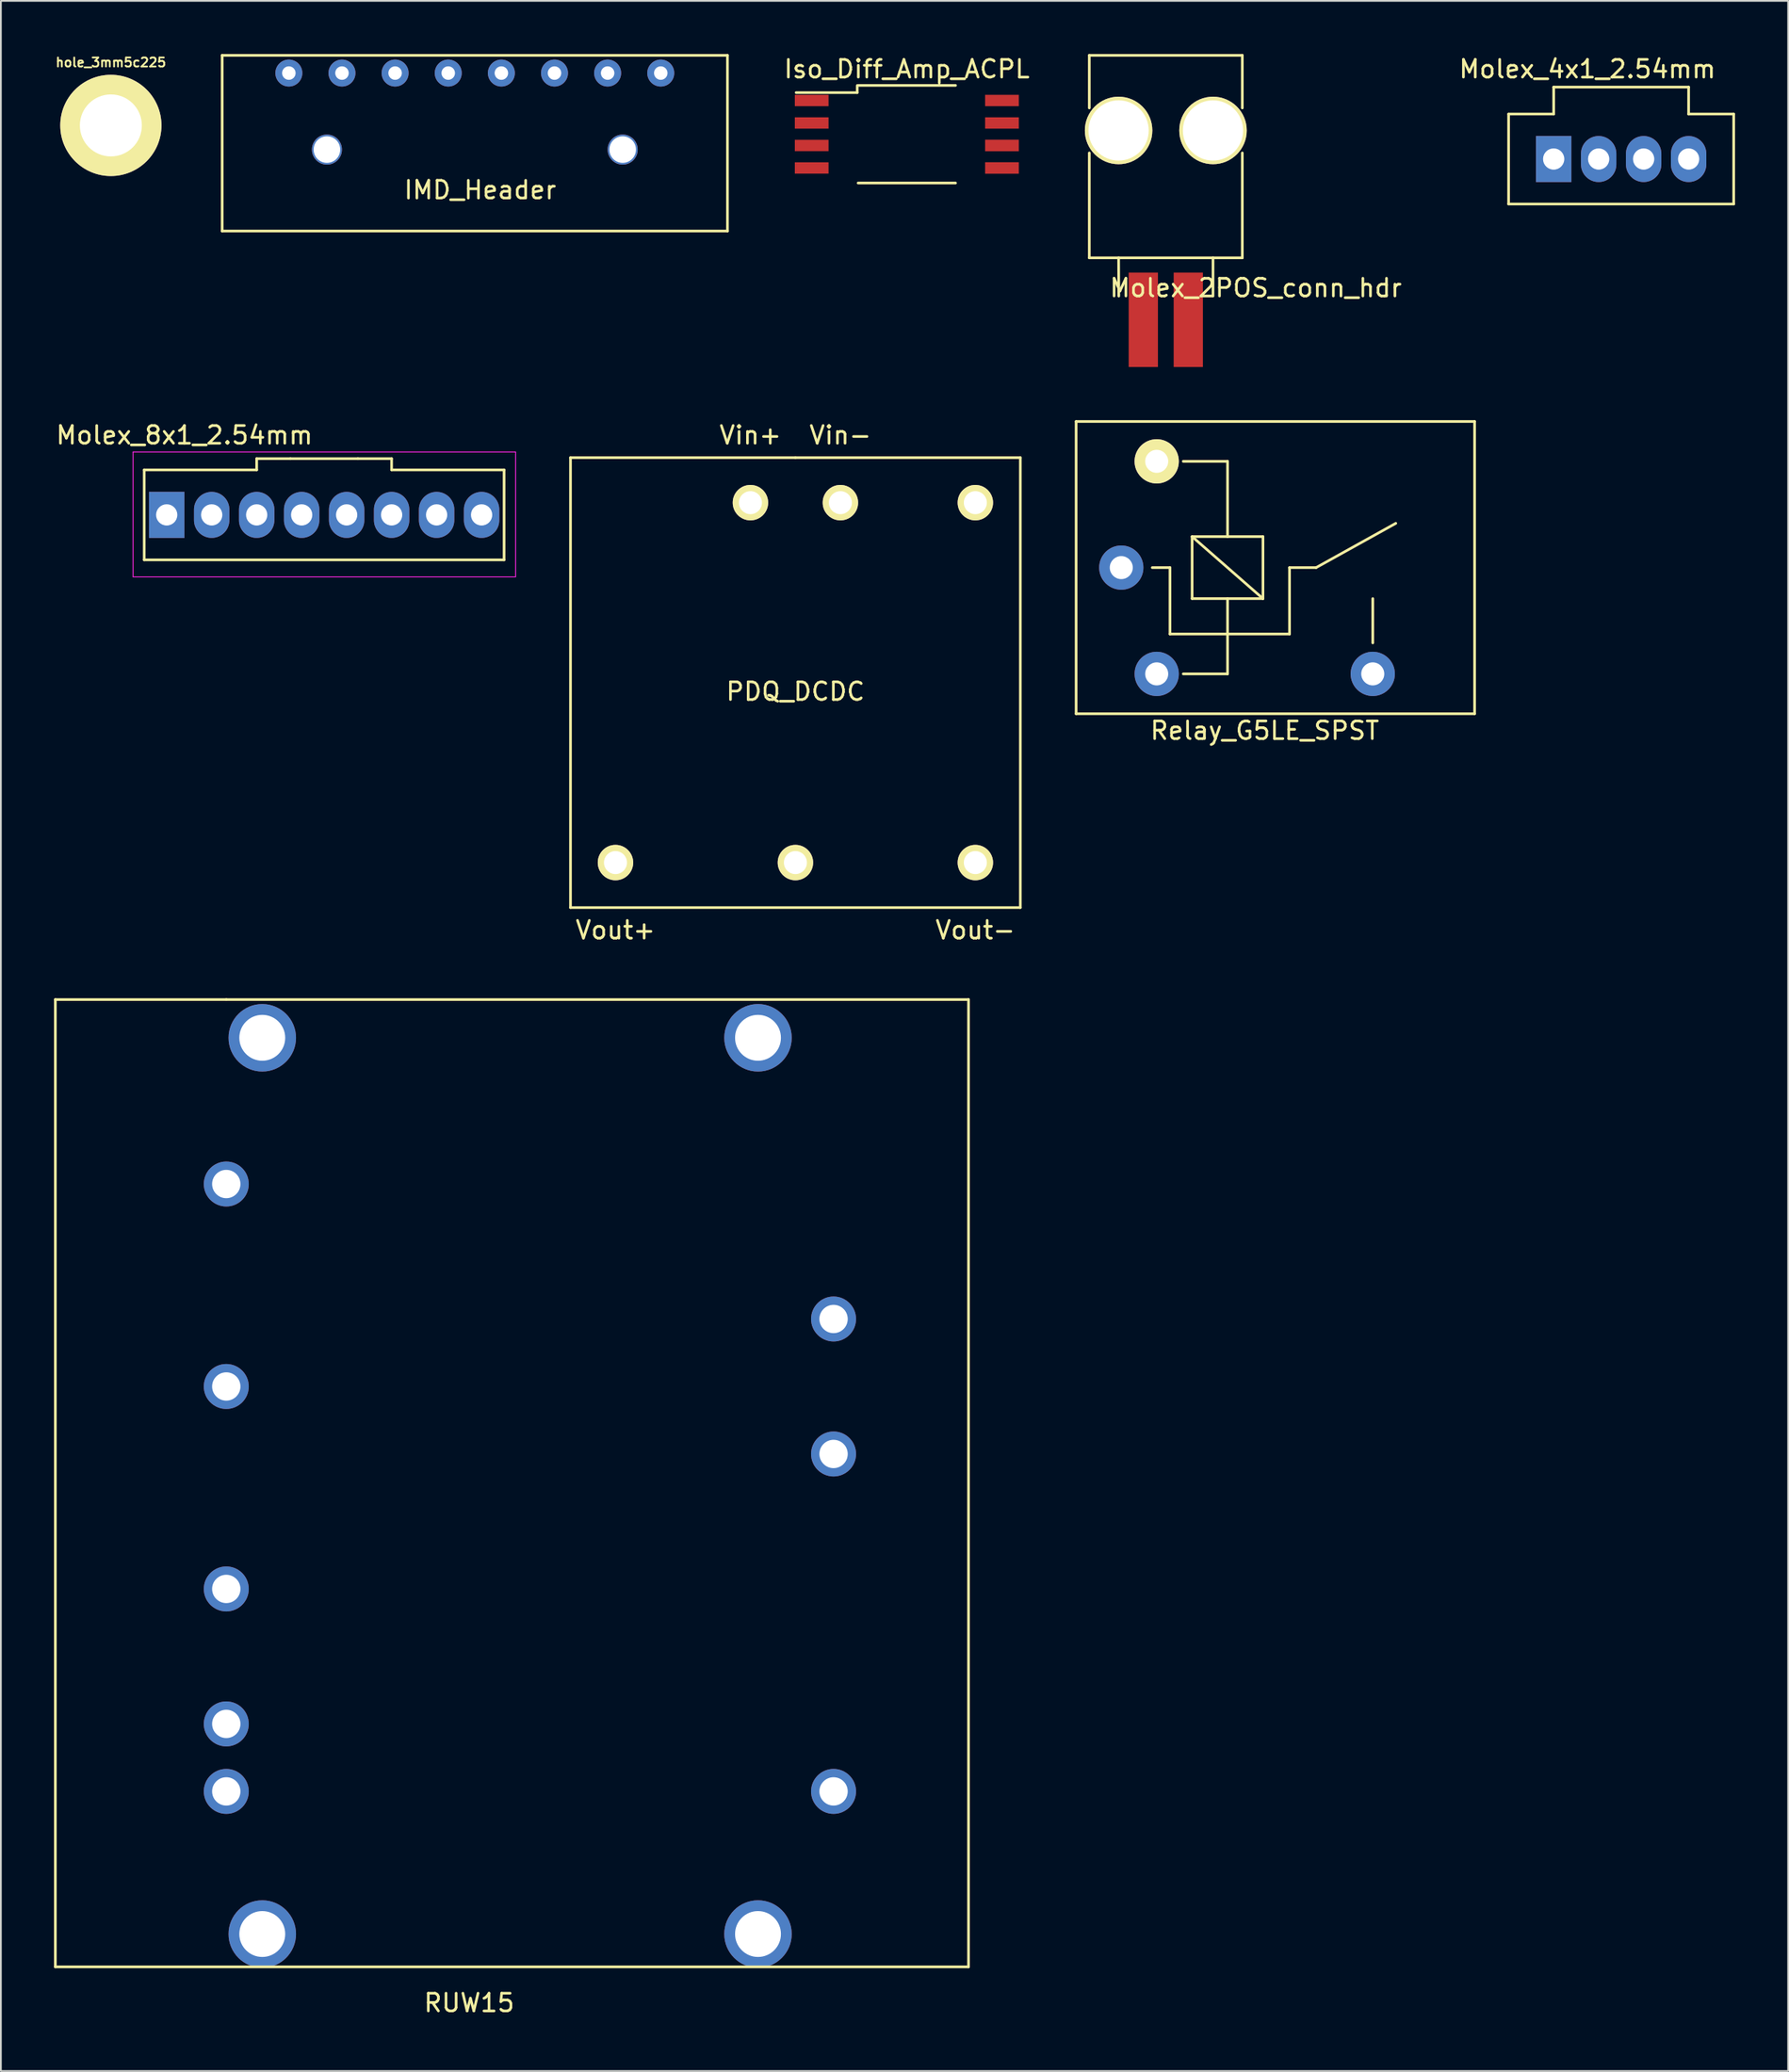
<source format=kicad_pcb>
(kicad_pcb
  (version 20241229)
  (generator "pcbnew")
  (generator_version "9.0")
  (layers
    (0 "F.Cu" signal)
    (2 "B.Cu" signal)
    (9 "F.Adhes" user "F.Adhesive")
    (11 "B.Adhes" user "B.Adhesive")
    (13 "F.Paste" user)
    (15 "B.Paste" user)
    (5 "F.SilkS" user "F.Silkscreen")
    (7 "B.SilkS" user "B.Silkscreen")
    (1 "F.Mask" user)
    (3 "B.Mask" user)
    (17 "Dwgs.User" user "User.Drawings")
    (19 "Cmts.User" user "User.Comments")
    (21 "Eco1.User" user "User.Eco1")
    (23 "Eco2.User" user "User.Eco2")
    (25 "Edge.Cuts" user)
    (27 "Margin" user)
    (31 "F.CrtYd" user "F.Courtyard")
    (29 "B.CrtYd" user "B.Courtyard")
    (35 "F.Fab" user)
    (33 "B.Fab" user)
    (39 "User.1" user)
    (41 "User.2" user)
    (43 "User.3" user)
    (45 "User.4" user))
  (footprint "IMD_Header"
    (layer "F.Cu")
    (at 13.26 1.075)
    (property "Reference" "IMD_Header" (at 10.8 6.6 0) (layer "F.SilkS") (effects (font (size 1 1) (thickness 0.15))))
    (attr through_hole)
    (fp_line (start -3.765 -1) (end -3.765 8.92) (stroke (width 0.15) (type solid)) (layer "F.SilkS"))
    (fp_line (start -3.765 -1) (end 24.765 -1) (stroke (width 0.15) (type solid)) (layer "F.SilkS"))
    (fp_line (start -3.765 8.92) (end 24.765 8.92) (stroke (width 0.15) (type solid)) (layer "F.SilkS"))
    (fp_line (start 24.765 -1) (end 24.765 8.92) (stroke (width 0.15) (type solid)) (layer "F.SilkS"))
    (pad "" thru_hole circle (at 2.15 4.32) (size 1.7 1.7) (drill 1.5) (layers "*.Cu" "*.Mask"))
    (pad "" thru_hole circle (at 18.85 4.32) (size 1.7 1.7) (drill 1.5) (layers "*.Cu" "*.Mask"))
    (pad "1" thru_hole circle (at 0 0) (size 1.524 1.524) (drill 0.762) (layers "*.Cu" "*.Mask"))
    (pad "2" thru_hole circle (at 3 0) (size 1.524 1.524) (drill 0.762) (layers "*.Cu" "*.Mask"))
    (pad "3" thru_hole circle (at 6 0) (size 1.524 1.524) (drill 0.762) (layers "*.Cu" "*.Mask"))
    (pad "4" thru_hole circle (at 9 0) (size 1.524 1.524) (drill 0.762) (layers "*.Cu" "*.Mask"))
    (pad "5" thru_hole circle (at 12 0) (size 1.524 1.524) (drill 0.762) (layers "*.Cu" "*.Mask"))
    (pad "6" thru_hole circle (at 15 0) (size 1.524 1.524) (drill 0.762) (layers "*.Cu" "*.Mask"))
    (pad "7" thru_hole circle (at 18 0) (size 1.524 1.524) (drill 0.762) (layers "*.Cu" "*.Mask"))
    (pad "8" thru_hole circle (at 21 0) (size 1.524 1.524) (drill 0.762) (layers "*.Cu" "*.Mask")))
  (footprint "Relay_G5LE_SPST"
    (layer "F.Cu")
    (at 60.263 28.995)
    (property "Reference" "Relay_G5LE_SPST" (at 8.1 9.2 0) (layer "F.SilkS") (effects (font (size 1 1) (thickness 0.15))))
    (attr through_hole)
    (fp_line (start -2.55 -8.25) (end -2.55 8.25) (stroke (width 0.15) (type solid)) (layer "F.SilkS"))
    (fp_line (start -2.55 -8.25) (end 19.95 -8.25) (stroke (width 0.15) (type solid)) (layer "F.SilkS"))
    (fp_line (start -2.55 8.25) (end 19.95 8.25) (stroke (width 0.15) (type solid)) (layer "F.SilkS"))
    (fp_line (start 2.75 0) (end 1.75 0) (stroke (width 0.15) (type solid)) (layer "F.SilkS"))
    (fp_line (start 2.75 0) (end 2.75 3.75) (stroke (width 0.15) (type solid)) (layer "F.SilkS"))
    (fp_line (start 3.5 6) (end 6 6) (stroke (width 0.15) (type solid)) (layer "F.SilkS"))
    (fp_line (start 4 -1.75) (end 8 -1.75) (stroke (width 0.15) (type solid)) (layer "F.SilkS"))
    (fp_line (start 4 1.75) (end 4 -1.75) (stroke (width 0.15) (type solid)) (layer "F.SilkS"))
    (fp_line (start 6 -6) (end 3.5 -6) (stroke (width 0.15) (type solid)) (layer "F.SilkS"))
    (fp_line (start 6 -6) (end 6 -1.75) (stroke (width 0.15) (type solid)) (layer "F.SilkS"))
    (fp_line (start 6 1.75) (end 6 6) (stroke (width 0.15) (type solid)) (layer "F.SilkS"))
    (fp_line (start 8 -1.75) (end 8 1.75) (stroke (width 0.15) (type solid)) (layer "F.SilkS"))
    (fp_line (start 8 1.75) (end 4 -1.75) (stroke (width 0.15) (type solid)) (layer "F.SilkS"))
    (fp_line (start 8 1.75) (end 4 1.75) (stroke (width 0.15) (type solid)) (layer "F.SilkS"))
    (fp_line (start 9.5 0) (end 9.5 3.75) (stroke (width 0.15) (type solid)) (layer "F.SilkS"))
    (fp_line (start 9.5 0) (end 11 0) (stroke (width 0.15) (type solid)) (layer "F.SilkS"))
    (fp_line (start 9.5 3.75) (end 2.75 3.75) (stroke (width 0.15) (type solid)) (layer "F.SilkS"))
    (fp_line (start 11 0) (end 15.5 -2.5) (stroke (width 0.15) (type solid)) (layer "F.SilkS"))
    (fp_line (start 14.2 4.25) (end 14.2 1.75) (stroke (width 0.15) (type solid)) (layer "F.SilkS"))
    (fp_line (start 19.95 8.25) (end 19.95 -8.25) (stroke (width 0.15) (type solid)) (layer "F.SilkS"))
    (pad "1" thru_hole circle (at 0 0 90) (size 2.5 2.5) (drill 1.3) (layers "*.Cu" "*.Mask"))
    (pad "2" thru_hole circle (at 2 6 90) (size 2.5 2.5) (drill 1.3) (layers "*.Cu" "*.Mask"))
    (pad "3" thru_hole circle (at 14.2 6 90) (size 2.5 2.5) (drill 1.3) (layers "*.Cu" "*.Mask"))
    (pad "5" thru_hole circle (at 2 -6 90) (size 2.5 2.5) (drill 1.3) (layers "*.Cu" "*.Mask" "F.SilkS")))
  (footprint "Iso_Diff_Amp_ACPL"
    (layer "F.Cu")
    (at 48.154 4.528)
    (property "Reference" "Iso_Diff_Amp_ACPL" (at 0 -3.68 0) (layer "F.SilkS") (effects (font (size 1 1) (thickness 0.15))))
    (attr smd)
    (fp_line (start -2.8 -2.75) (end -2.8 -2.35) (stroke (width 0.15) (type solid)) (layer "F.SilkS"))
    (fp_line (start -2.8 -2.35) (end -6.25 -2.35) (stroke (width 0.15) (type solid)) (layer "F.SilkS"))
    (fp_line (start -2.75 -2.755) (end 2.75 -2.755) (stroke (width 0.15) (type solid)) (layer "F.SilkS"))
    (fp_line (start -2.75 2.755) (end 2.75 2.755) (stroke (width 0.15) (type solid)) (layer "F.SilkS"))
    (pad "1" smd rect (at -5.372 -1.905) (size 1.905 0.64) (layers "F.Cu" "F.Mask" "F.Paste"))
    (pad "2" smd rect (at -5.372 -0.635) (size 1.905 0.64) (layers "F.Cu" "F.Mask" "F.Paste"))
    (pad "3" smd rect (at -5.372 0.635) (size 1.905 0.64) (layers "F.Cu" "F.Mask" "F.Paste"))
    (pad "4" smd rect (at -5.372 1.905) (size 1.905 0.64) (layers "F.Cu" "F.Mask" "F.Paste"))
    (pad "5" smd rect (at 5.372 1.905) (size 1.905 0.65) (layers "F.Cu" "F.Mask" "F.Paste"))
    (pad "6" smd rect (at 5.372 0.635) (size 1.905 0.65) (layers "F.Cu" "F.Mask" "F.Paste"))
    (pad "7" smd rect (at 5.372 -0.635) (size 1.905 0.64) (layers "F.Cu" "F.Mask" "F.Paste"))
    (pad "8" smd rect (at 5.372 -1.905) (size 1.905 0.64) (layers "F.Cu" "F.Mask" "F.Paste")))
  (footprint "Molex_8x1_2.54mm"
    (layer "F.Cu")
    (at 6.363 26.018)
    (property "Reference" "Molex_8x1_2.54mm" (at 1 -4.5 0) (layer "F.SilkS") (effects (font (size 1 1) (thickness 0.15))))
    (attr through_hole)
    (fp_line (start -1.27 -2.54) (end 5.08 -2.54) (stroke (width 0.15) (type solid)) (layer "F.SilkS"))
    (fp_line (start -1.27 2.54) (end -1.27 -2.54) (stroke (width 0.15) (type solid)) (layer "F.SilkS"))
    (fp_line (start 5.08 -3.175) (end 6.985 -3.175) (stroke (width 0.15) (type solid)) (layer "F.SilkS"))
    (fp_line (start 5.08 -2.54) (end 5.08 -3.175) (stroke (width 0.15) (type solid)) (layer "F.SilkS"))
    (fp_line (start 6.985 -3.175) (end 10.795 -3.175) (stroke (width 0.15) (type solid)) (layer "F.SilkS"))
    (fp_line (start 10.795 -3.175) (end 12.7 -3.175) (stroke (width 0.15) (type solid)) (layer "F.SilkS"))
    (fp_line (start 12.7 -3.175) (end 12.7 -2.54) (stroke (width 0.15) (type solid)) (layer "F.SilkS"))
    (fp_line (start 12.7 -2.54) (end 19.05 -2.54) (stroke (width 0.15) (type solid)) (layer "F.SilkS"))
    (fp_line (start 19.05 -2.54) (end 19.05 2.54) (stroke (width 0.15) (type solid)) (layer "F.SilkS"))
    (fp_line (start 19.05 2.54) (end -1.27 2.54) (stroke (width 0.15) (type solid)) (layer "F.SilkS"))
    (fp_line (start -1.9 -3.55) (end 19.7 -3.55) (stroke (width 0.05) (type solid)) (layer "F.CrtYd"))
    (fp_line (start -1.9 3.5) (end -1.9 -3.55) (stroke (width 0.05) (type solid)) (layer "F.CrtYd"))
    (fp_line (start 19.7 -3.55) (end 19.7 3.5) (stroke (width 0.05) (type solid)) (layer "F.CrtYd"))
    (fp_line (start 19.7 3.5) (end -1.9 3.5) (stroke (width 0.05) (type solid)) (layer "F.CrtYd"))
    (pad "1" thru_hole rect (at 0 0) (size 2 2.6) (drill 1.2) (layers "*.Cu" "*.Mask"))
    (pad "2" thru_hole oval (at 2.54 0) (size 2 2.6) (drill 1.2) (layers "*.Cu" "*.Mask"))
    (pad "3" thru_hole oval (at 5.08 0) (size 2 2.6) (drill 1.2) (layers "*.Cu" "*.Mask"))
    (pad "4" thru_hole oval (at 7.62 0) (size 2 2.6) (drill 1.2) (layers "*.Cu" "*.Mask"))
    (pad "5" thru_hole oval (at 10.16 0) (size 2 2.6) (drill 1.2) (layers "*.Cu" "*.Mask"))
    (pad "6" thru_hole oval (at 12.7 0) (size 2 2.6) (drill 1.2) (layers "*.Cu" "*.Mask"))
    (pad "7" thru_hole oval (at 15.24 0) (size 2 2.6) (drill 1.2) (layers "*.Cu" "*.Mask"))
    (pad "8" thru_hole oval (at 17.78 0) (size 2 2.6) (drill 1.2) (layers "*.Cu" "*.Mask")))
  (footprint "RUW15"
    (layer "F.Cu")
    (at 9.727 63.795)
    (property "Reference" "RUW15" (at 13.716 46.228 0) (layer "F.SilkS") (effects (font (size 1 1) (thickness 0.15))))
    (attr through_hole)
    (fp_line (start -9.652 -10.414) (end 0 -10.414) (stroke (width 0.15) (type solid)) (layer "F.SilkS"))
    (fp_line (start -9.652 44.196) (end -9.652 -10.414) (stroke (width 0.15) (type solid)) (layer "F.SilkS"))
    (fp_line (start 0 -10.414) (end 41.91 -10.414) (stroke (width 0.15) (type solid)) (layer "F.SilkS"))
    (fp_line (start 41.91 -10.414) (end 41.91 44.196) (stroke (width 0.15) (type solid)) (layer "F.SilkS"))
    (fp_line (start 41.91 44.196) (end -9.652 44.196) (stroke (width 0.15) (type solid)) (layer "F.SilkS"))
    (pad "" thru_hole circle (at 2.032 -8.255) (size 3.81 3.81) (drill 2.591) (layers "*.Cu" "*.Mask"))
    (pad "" thru_hole circle (at 2.032 42.342) (size 3.81 3.81) (drill 2.591) (layers "*.Cu" "*.Mask"))
    (pad "" thru_hole circle (at 30.023 -8.255) (size 3.81 3.81) (drill 2.591) (layers "*.Cu" "*.Mask"))
    (pad "" thru_hole circle (at 30.023 42.342) (size 3.81 3.81) (drill 2.591) (layers "*.Cu" "*.Mask"))
    (pad "1" thru_hole circle (at 0 0) (size 2.54 2.54) (drill 1.6) (layers "*.Cu" "*.Mask"))
    (pad "2" thru_hole circle (at 0 11.43) (size 2.54 2.54) (drill 1.6) (layers "*.Cu" "*.Mask"))
    (pad "3" thru_hole circle (at 0 22.86) (size 2.54 2.54) (drill 1.6) (layers "*.Cu" "*.Mask"))
    (pad "4" thru_hole circle (at 0 30.48) (size 2.54 2.54) (drill 1.6) (layers "*.Cu" "*.Mask"))
    (pad "5" thru_hole circle (at 0 34.29) (size 2.54 2.54) (drill 1.6) (layers "*.Cu" "*.Mask"))
    (pad "6" thru_hole circle (at 34.29 7.62) (size 2.54 2.54) (drill 1.6) (layers "*.Cu" "*.Mask"))
    (pad "7" thru_hole circle (at 34.29 15.24) (size 2.54 2.54) (drill 1.6) (layers "*.Cu" "*.Mask"))
    (pad "8" thru_hole circle (at 34.29 34.29) (size 2.54 2.54) (drill 1.6) (layers "*.Cu" "*.Mask")))
  (footprint "hole_3mm5c225"
    (layer "F.Cu")
    (at 3.21 4.031)
    (property "Reference" "hole_3mm5c225" (at 0 -3.556 0) (layer "F.SilkS") (effects (font (size 0.508 0.508) (thickness 0.102))))
    (attr through_hole)
    (fp_line (start -2.413 0) (end 2.413 0) (stroke (width 0.254) (type solid)) (layer "F.SilkS"))
    (fp_line (start 0 -2.413) (end 0 2.413) (stroke (width 0.254) (type solid)) (layer "F.SilkS"))
    (fp_circle (center 0 0) (end 2.032 0) (stroke (width 0.254) (type solid)) (fill no) (layer "F.SilkS"))
    (pad "1" thru_hole circle (at 0 0) (size 5.715 5.715) (drill 3.5) (layers "*.Cu" "F.SilkS")))
  (footprint "Molex_2POS_conn_hdr"
    (layer "F.Cu")
    (at 62.777 4.315)
    (property "Reference" "Molex_2POS_conn_hdr" (at 5.08 8.89 0) (layer "F.SilkS") (effects (font (size 1 1) (thickness 0.15))))
    (attr through_hole)
    (fp_line (start -4.32 -4.24) (end -4.32 -1.27) (stroke (width 0.15) (type solid)) (layer "F.SilkS"))
    (fp_line (start -4.32 -4.24) (end 4.32 -4.24) (stroke (width 0.15) (type solid)) (layer "F.SilkS"))
    (fp_line (start -4.32 1.27) (end -4.32 7.19) (stroke (width 0.15) (type solid)) (layer "F.SilkS"))
    (fp_line (start -4.32 7.19) (end 4.32 7.19) (stroke (width 0.15) (type solid)) (layer "F.SilkS"))
    (fp_line (start -2.665 7.19) (end -2.655 9.35) (stroke (width 0.15) (type solid)) (layer "F.SilkS"))
    (fp_line (start 2.665 7.19) (end 2.665 9.35) (stroke (width 0.15) (type solid)) (layer "F.SilkS"))
    (fp_line (start 4.32 -4.24) (end 4.32 -1.27) (stroke (width 0.15) (type solid)) (layer "F.SilkS"))
    (fp_line (start 4.32 1.27) (end 4.32 7.19) (stroke (width 0.15) (type solid)) (layer "F.SilkS"))
    (pad "" thru_hole circle (at -2.665 0) (size 3.81 3.81) (drill 3.4) (layers "*.Cu" "*.Mask" "F.SilkS"))
    (pad "" thru_hole circle (at 2.665 0) (size 3.81 3.81) (drill 3.4) (layers "*.Cu" "*.Mask" "F.SilkS"))
    (pad "1" connect rect (at -1.27 10.69) (size 1.65 5.33) (layers "F.Cu" "F.Mask"))
    (pad "2" connect rect (at 1.27 10.69) (size 1.65 5.33) (layers "F.Cu" "F.Mask")))
  (footprint "Molex_4x1_2.54mm"
    (layer "F.Cu")
    (at 88.488 5.928)
    (property "Reference" "Molex_4x1_2.54mm" (at -1.905 -5.08 0) (layer "F.SilkS") (effects (font (size 1 1) (thickness 0.15))))
    (attr through_hole)
    (fp_line (start -6.355 -2.54) (end -6.355 2.54) (stroke (width 0.15) (type solid)) (layer "F.SilkS"))
    (fp_line (start -6.355 2.54) (end 6.355 2.54) (stroke (width 0.15) (type solid)) (layer "F.SilkS"))
    (fp_line (start -6.35 -2.54) (end -3.81 -2.54) (stroke (width 0.15) (type solid)) (layer "F.SilkS"))
    (fp_line (start -3.81 -2.54) (end -3.81 -4.06) (stroke (width 0.15) (type solid)) (layer "F.SilkS"))
    (fp_line (start 3.81 -4.06) (end -3.81 -4.06) (stroke (width 0.15) (type solid)) (layer "F.SilkS"))
    (fp_line (start 3.81 -2.54) (end 3.81 -4.06) (stroke (width 0.15) (type solid)) (layer "F.SilkS"))
    (fp_line (start 6.35 -2.54) (end 3.81 -2.54) (stroke (width 0.15) (type solid)) (layer "F.SilkS"))
    (fp_line (start 6.355 2.54) (end 6.355 -2.54) (stroke (width 0.15) (type solid)) (layer "F.SilkS"))
    (pad "1" thru_hole rect (at -3.81 0) (size 2 2.6) (drill 1.2) (layers "*.Cu" "*.Mask"))
    (pad "2" thru_hole oval (at -1.27 0) (size 2 2.6) (drill 1.2) (layers "*.Cu" "*.Mask"))
    (pad "3" thru_hole oval (at 1.27 0) (size 2 2.6) (drill 1.2) (layers "*.Cu" "*.Mask"))
    (pad "4" thru_hole oval (at 3.81 0) (size 2 2.6) (drill 1.2) (layers "*.Cu" "*.Mask")))
  (footprint "PDQ_DCDC"
    (layer "F.Cu")
    (at 41.863 35.488)
    (property "Reference" "PDQ_DCDC" (at 0 0.5 0) (layer "F.SilkS") (effects (font (size 1 1) (thickness 0.15))))
    (attr through_hole)
    (fp_line (start -12.7 -12.7) (end 0 -12.7) (stroke (width 0.15) (type solid)) (layer "F.SilkS"))
    (fp_line (start -12.7 12.7) (end -12.7 -12.7) (stroke (width 0.15) (type solid)) (layer "F.SilkS"))
    (fp_line (start 0 -12.7) (end 12.7 -12.7) (stroke (width 0.15) (type solid)) (layer "F.SilkS"))
    (fp_line (start 12.7 -12.7) (end 12.7 12.7) (stroke (width 0.15) (type solid)) (layer "F.SilkS"))
    (fp_line (start 12.7 12.7) (end -12.7 12.7) (stroke (width 0.15) (type solid)) (layer "F.SilkS"))
    (fp_text user "Vout+" (at -10.16 13.97 0) (layer "F.SilkS") (effects (font (size 1 1) (thickness 0.15))))
    (fp_text user "Vout-" (at 10.16 13.97 0) (layer "F.SilkS") (effects (font (size 1 1) (thickness 0.15))))
    (fp_text user "Vin+" (at -2.54 -13.97 0) (layer "F.SilkS") (effects (font (size 1 1) (thickness 0.15))))
    (fp_text user "Vin-" (at 2.54 -13.97 0) (layer "F.SilkS") (effects (font (size 1 1) (thickness 0.15))))
    (pad "1" thru_hole circle (at -2.54 -10.16) (size 2 2) (drill 1.3) (layers "*.Cu" "*.Mask" "F.SilkS"))
    (pad "2" thru_hole circle (at 2.54 -10.16) (size 2 2) (drill 1.3) (layers "*.Cu" "*.Mask" "F.SilkS"))
    (pad "3" thru_hole circle (at -10.16 10.16) (size 2 2) (drill 1.3) (layers "*.Cu" "*.Mask" "F.SilkS"))
    (pad "4" thru_hole circle (at 0 10.16) (size 2 2) (drill 1.3) (layers "*.Cu" "*.Mask" "F.SilkS"))
    (pad "5" thru_hole circle (at 10.16 10.16) (size 2 2) (drill 1.3) (layers "*.Cu" "*.Mask" "F.SilkS"))
    (pad "6" thru_hole circle (at 10.16 -10.16) (size 2 2) (drill 1.3) (layers "*.Cu" "*.Mask" "F.SilkS")))
  (gr_rect
    (start -3 -3)
    (end 97.918 113.872)
    (stroke (width 0.1) (type default))
    (fill no)
    (layer "Edge.Cuts")))
</source>
